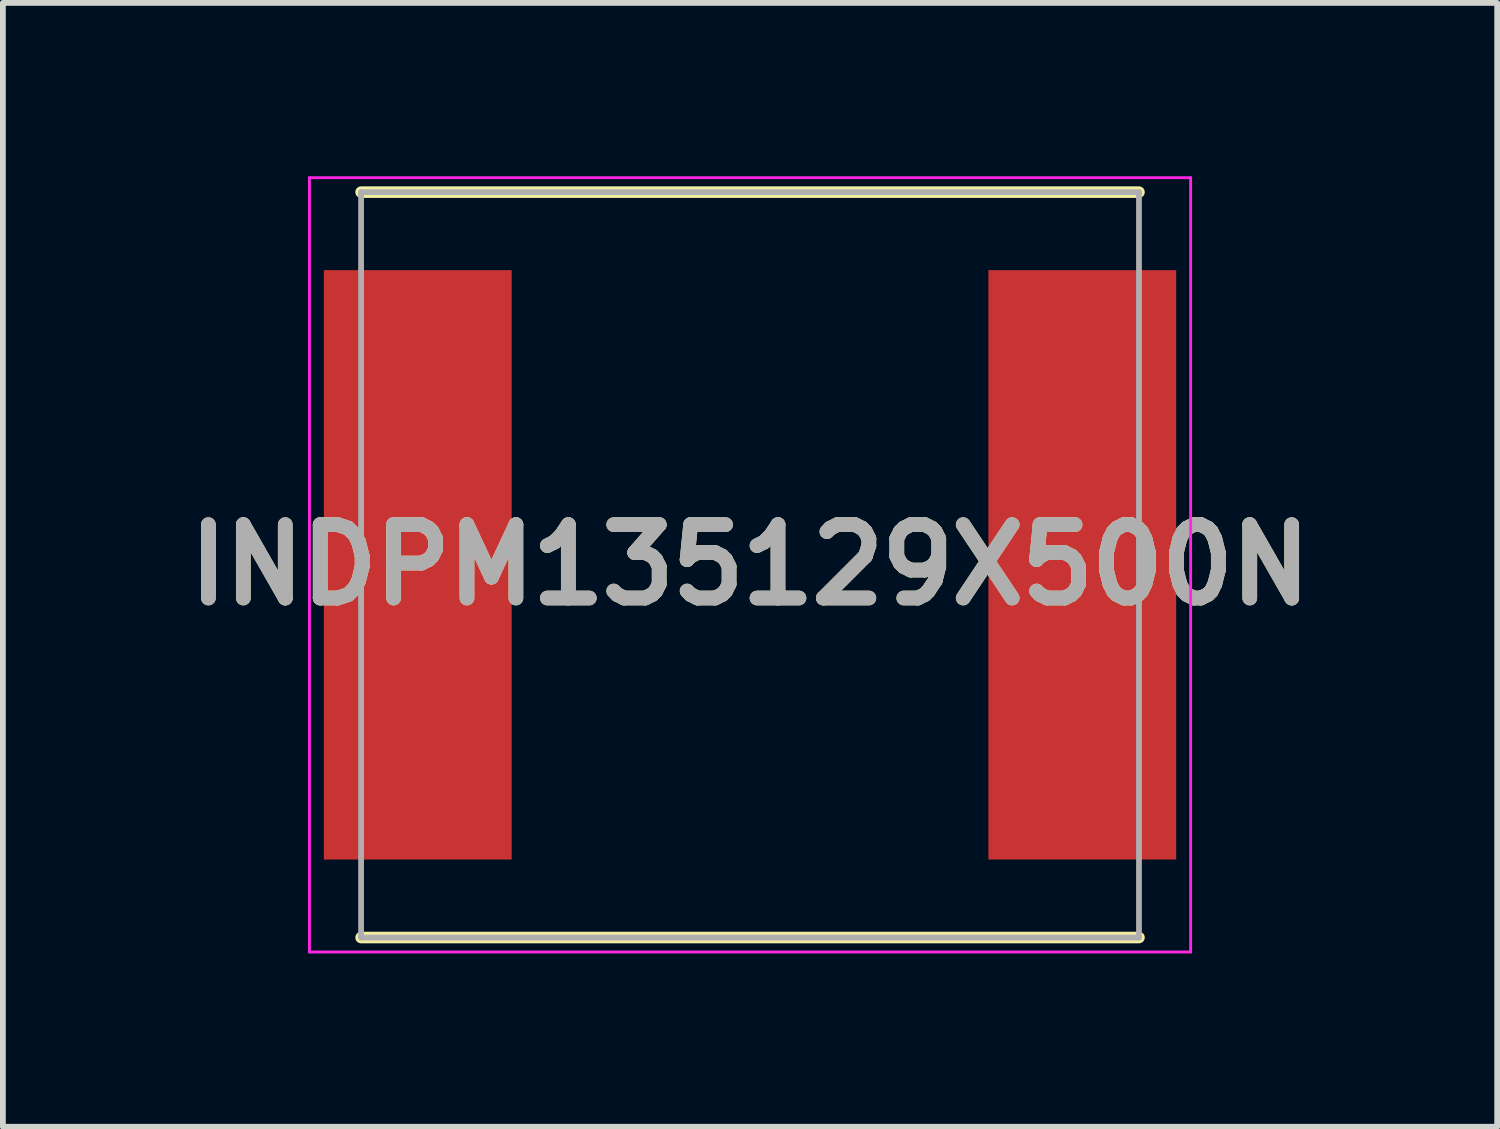
<source format=kicad_pcb>
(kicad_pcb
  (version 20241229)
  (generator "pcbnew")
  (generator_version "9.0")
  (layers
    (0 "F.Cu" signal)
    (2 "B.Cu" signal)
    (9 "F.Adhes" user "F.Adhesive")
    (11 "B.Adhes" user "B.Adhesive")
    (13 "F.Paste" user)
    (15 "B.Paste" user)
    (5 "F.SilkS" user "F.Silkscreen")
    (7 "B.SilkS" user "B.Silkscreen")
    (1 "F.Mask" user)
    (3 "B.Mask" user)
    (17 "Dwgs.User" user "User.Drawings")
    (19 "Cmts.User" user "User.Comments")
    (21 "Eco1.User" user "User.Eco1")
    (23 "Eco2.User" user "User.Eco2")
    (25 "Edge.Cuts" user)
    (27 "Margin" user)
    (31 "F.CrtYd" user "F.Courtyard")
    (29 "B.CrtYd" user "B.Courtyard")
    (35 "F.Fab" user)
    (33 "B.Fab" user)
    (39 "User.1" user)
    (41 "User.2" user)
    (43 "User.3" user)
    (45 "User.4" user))
  (footprint "INDPM135129X500N"
    (layer "F.Cu")
    (at 9.93 6.725)
    (property "Reference" "INDPM135129X500N" (at 0 0 0) (layer "F.SilkS") (effects (font (size 1.27 1.27) (thickness 0.254))))
    (attr smd)
    (fp_line (start -6.731 6.45) (end 6.731 6.45) (stroke (width 0.2) (type solid)) (layer "F.SilkS"))
    (fp_line (start 6.731 -6.45) (end -6.731 -6.45) (stroke (width 0.2) (type solid)) (layer "F.SilkS"))
    (fp_line (start -7.625 -6.7) (end 7.625 -6.7) (stroke (width 0.05) (type solid)) (layer "F.CrtYd"))
    (fp_line (start -7.625 6.7) (end -7.625 -6.7) (stroke (width 0.05) (type solid)) (layer "F.CrtYd"))
    (fp_line (start 7.625 -6.7) (end 7.625 6.7) (stroke (width 0.05) (type solid)) (layer "F.CrtYd"))
    (fp_line (start 7.625 6.7) (end -7.625 6.7) (stroke (width 0.05) (type solid)) (layer "F.CrtYd"))
    (fp_line (start -6.731 -6.45) (end 6.731 -6.45) (stroke (width 0.1) (type solid)) (layer "F.Fab"))
    (fp_line (start -6.731 6.45) (end -6.731 -6.45) (stroke (width 0.1) (type solid)) (layer "F.Fab"))
    (fp_line (start 6.731 -6.45) (end 6.731 6.45) (stroke (width 0.1) (type solid)) (layer "F.Fab"))
    (fp_line (start 6.731 6.45) (end -6.731 6.45) (stroke (width 0.1) (type solid)) (layer "F.Fab"))
    (fp_text user "${REFERENCE}" (at 0 0 0) (layer "F.Fab") (effects (font (size 1.27 1.27) (thickness 0.254))))
    (pad "1" smd rect (at -5.75 0) (size 3.25 10.2) (layers "F.Cu" "F.Mask" "F.Paste"))
    (pad "2" smd rect (at 5.75 0) (size 3.25 10.2) (layers "F.Cu" "F.Mask" "F.Paste")))
  (gr_rect
    (start -3 -3)
    (end 22.86 16.45)
    (stroke (width 0.1) (type default))
    (fill no)
    (layer "Edge.Cuts")))
</source>
